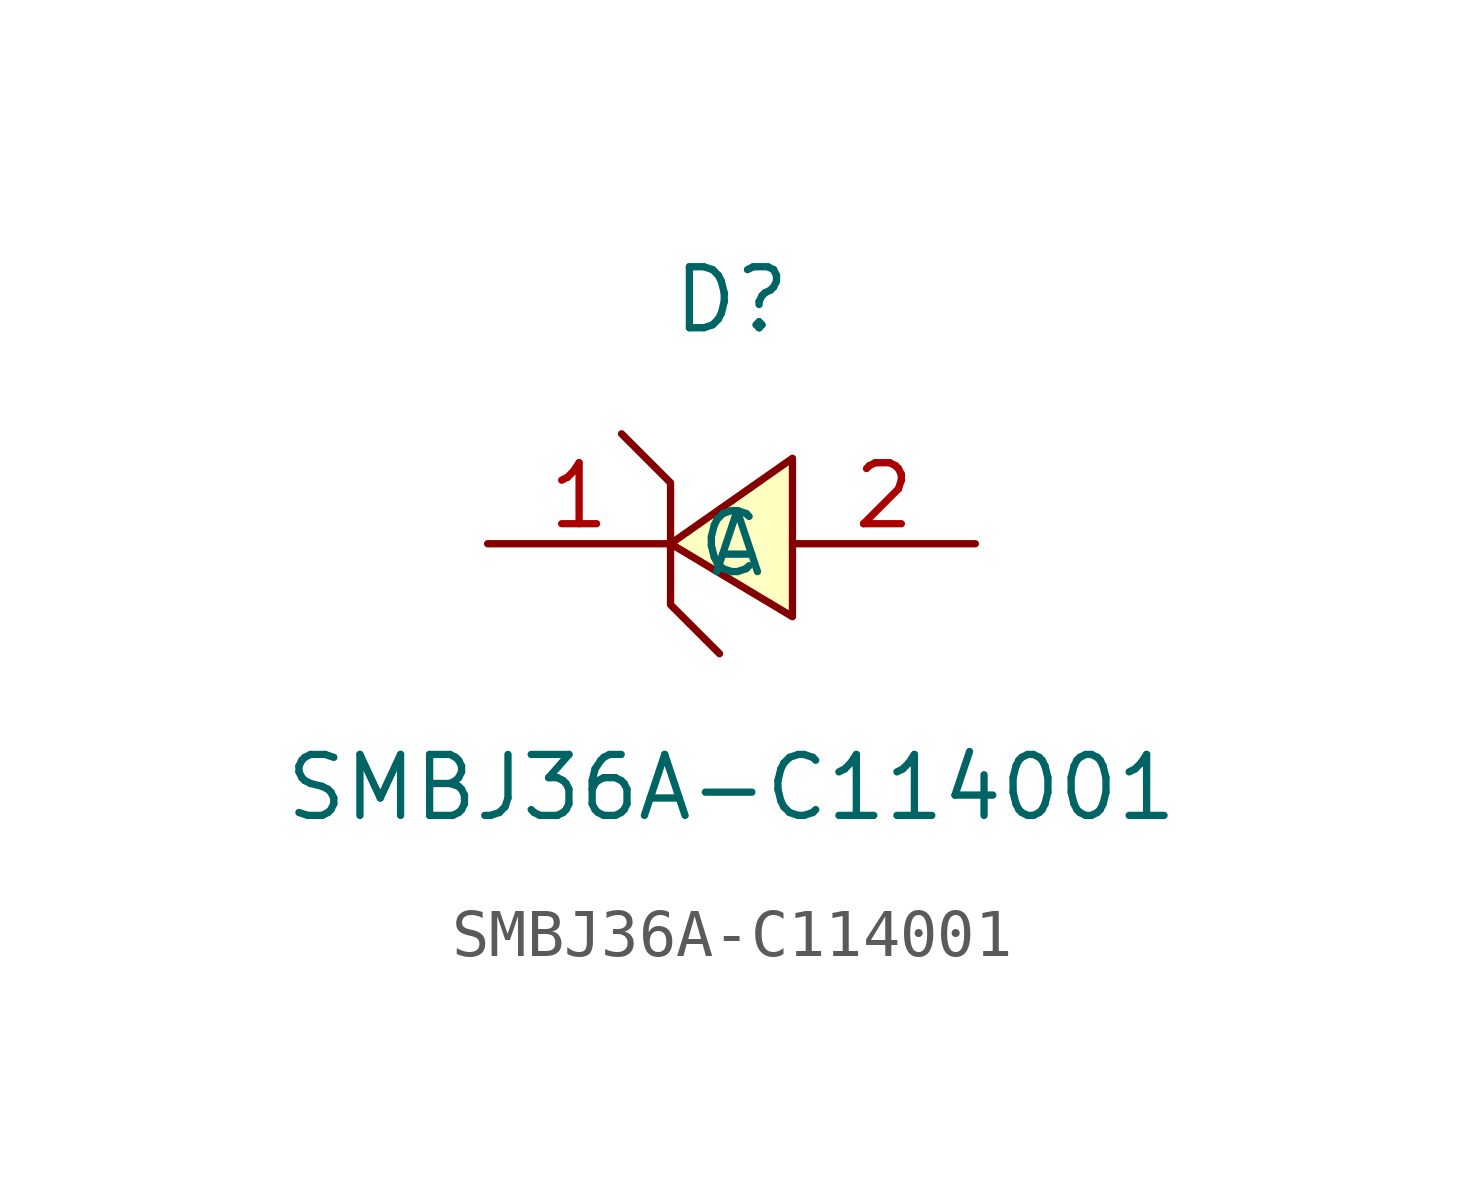
<source format=kicad_sym>
(kicad_symbol_lib
  (version 1)
  (generator "faebryk")
  (symbol "SMBJ36A-C114001"
    (property "Reference" "D"
      (at 0 5.08 0)
      (effects (font (size 1.27 1.27)) (hide no)))
    (property "Value" "SMBJ36A-C114001"
      (at 0 -5.08 0)
      (effects (font (size 1.27 1.27)) (hide no)))
    (symbol "SMBJ36A-C114001_0_1"
      (polyline (stroke (width 0) (type default) (color 0 0 0 0)) (fill (type background)) (pts (xy 1.27 -1.52) (xy -1.27 0) (xy 1.27 1.78) (xy 1.27 -1.52)))
      (polyline (stroke (width 0) (type default) (color 0 0 0 0)) (fill (type none)) (pts (xy -2.29 2.29) (xy -1.27 1.27) (xy -1.27 -1.27) (xy -0.25 -2.29)))
      (pin unspecified line (at 5.08 0 180) (length 3.81) (name "A" (effects (font (size 1.27 1.27)) (hide no))) (number "2" (effects (font (size 1.27 1.27)) (hide no))))
      (pin unspecified line (at -5.08 0 0) (length 3.81) (name "C" (effects (font (size 1.27 1.27)) (hide no))) (number "1" (effects (font (size 1.27 1.27)) (hide no)))))))
</source>
